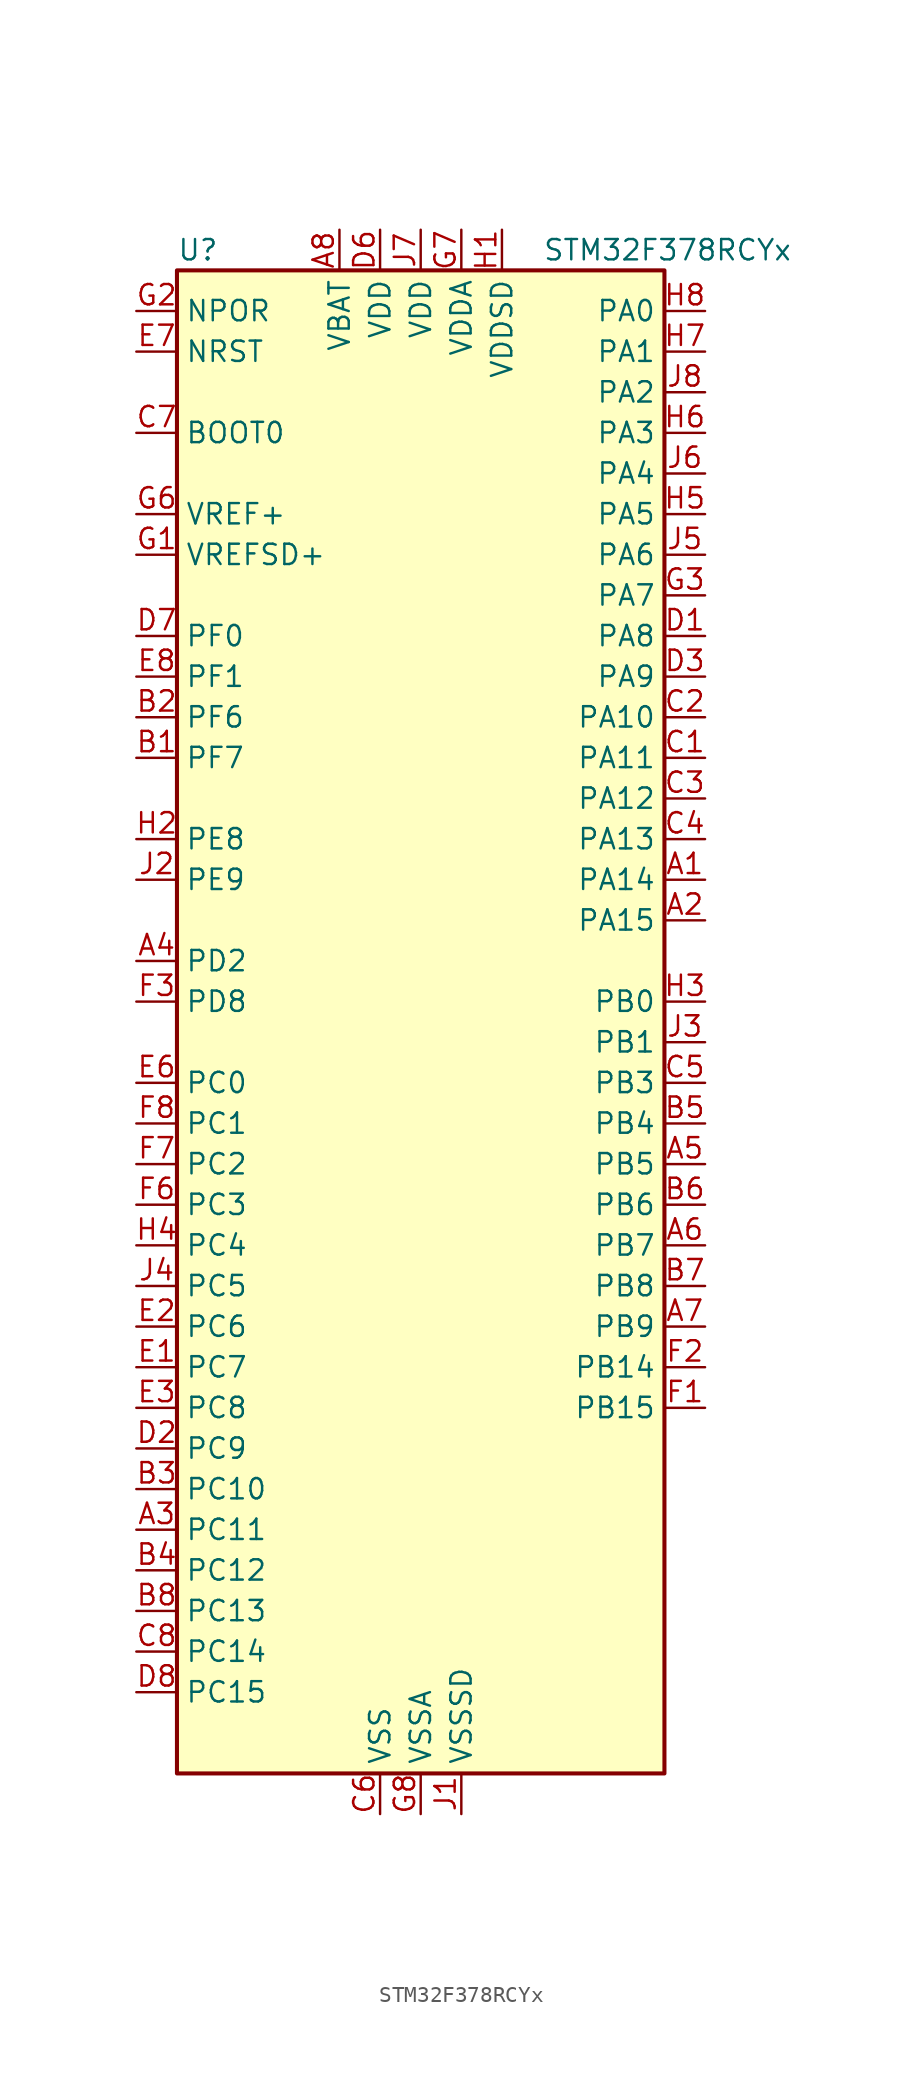
<source format=kicad_sym>
(kicad_symbol_lib
  (version 20231120)
  (generator "kicad_symbol_editor")
  (generator_version "8.0")
  (symbol "STM32F378RCYx"
    (property "Reference" "U"
      (at -15.24 49.53 0)
      (effects (font (size 1.27 1.27)) (justify left)))
    (property "Value" "STM32F378RCYx"
      (at 7.62 49.53 0)
      (effects (font (size 1.27 1.27)) (justify left)))
    (property "ki_locked" ""
      (at 0 0 0)
      (effects (font (size 1.27 1.27))))
    (symbol "STM32F378RCYx_0_1"
      (rectangle (start -15.24 -45.72) (end 15.24 48.26) (stroke (width 0.254) (type default)) (fill (type background))))
    (symbol "STM32F378RCYx_1_1"
      (pin bidirectional line (at 17.78 10.16 180) (length 2.54) (name "PA14" (effects (font (size 1.27 1.27)))) (number "A1" (effects (font (size 1.27 1.27)))) (alternate "I2C1_SDA" bidirectional line) (alternate "SYS_JTCK-SWCLK" bidirectional line) (alternate "TIM12_CH1" bidirectional line) (alternate "TSC_G4_IO4" bidirectional line))
      (pin bidirectional line (at 17.78 7.62 180) (length 2.54) (name "PA15" (effects (font (size 1.27 1.27)))) (number "A2" (effects (font (size 1.27 1.27)))) (alternate "ADC1_EXTI15" bidirectional line) (alternate "I2C1_SCL" bidirectional line) (alternate "I2S1_WS" bidirectional line) (alternate "I2S3_WS" bidirectional line) (alternate "SDADC1_EXTI15" bidirectional line) (alternate "SDADC2_EXTI15" bidirectional line) (alternate "SDADC3_EXTI15" bidirectional line) (alternate "SPI1_NSS" bidirectional line) (alternate "SPI3_NSS" bidirectional line) (alternate "SYS_JTDI" bidirectional line) (alternate "TIM12_CH2" bidirectional line) (alternate "TIM2_CH1" bidirectional line) (alternate "TIM2_ETR" bidirectional line) (alternate "TSC_SYNC" bidirectional line))
      (pin bidirectional line (at -17.78 -30.48 0) (length 2.54) (name "PC11" (effects (font (size 1.27 1.27)))) (number "A3" (effects (font (size 1.27 1.27)))) (alternate "ADC1_EXTI11" bidirectional line) (alternate "I2S3_MCK" bidirectional line) (alternate "SDADC1_EXTI11" bidirectional line) (alternate "SDADC2_EXTI11" bidirectional line) (alternate "SDADC3_EXTI11" bidirectional line) (alternate "SPI3_MISO" bidirectional line) (alternate "TIM19_CH2" bidirectional line) (alternate "USART3_RX" bidirectional line))
      (pin bidirectional line (at -17.78 5.08 0) (length 2.54) (name "PD2" (effects (font (size 1.27 1.27)))) (number "A4" (effects (font (size 1.27 1.27)))) (alternate "TIM3_ETR" bidirectional line))
      (pin bidirectional line (at 17.78 -7.62 180) (length 2.54) (name "PB5" (effects (font (size 1.27 1.27)))) (number "A5" (effects (font (size 1.27 1.27)))) (alternate "I2C1_SMBA" bidirectional line) (alternate "I2S1_SD" bidirectional line) (alternate "I2S3_SD" bidirectional line) (alternate "SPI1_MOSI" bidirectional line) (alternate "SPI3_MOSI" bidirectional line) (alternate "TIM16_BKIN" bidirectional line) (alternate "TIM17_CH1" bidirectional line) (alternate "TIM19_ETR" bidirectional line) (alternate "TIM3_CH2" bidirectional line) (alternate "USART2_CK" bidirectional line))
      (pin bidirectional line (at 17.78 -12.7 180) (length 2.54) (name "PB7" (effects (font (size 1.27 1.27)))) (number "A6" (effects (font (size 1.27 1.27)))) (alternate "I2C1_SDA" bidirectional line) (alternate "TIM15_CH2" bidirectional line) (alternate "TIM17_CH1N" bidirectional line) (alternate "TIM19_CH2" bidirectional line) (alternate "TIM3_CH4" bidirectional line) (alternate "TIM4_CH2" bidirectional line) (alternate "TSC_G5_IO4" bidirectional line) (alternate "USART1_RX" bidirectional line))
      (pin bidirectional line (at 17.78 -17.78 180) (length 2.54) (name "PB9" (effects (font (size 1.27 1.27)))) (number "A7" (effects (font (size 1.27 1.27)))) (alternate "CAN_TX" bidirectional line) (alternate "COMP2_OUT" bidirectional line) (alternate "DAC1_EXTI9" bidirectional line) (alternate "DAC2_EXTI9" bidirectional line) (alternate "I2C1_SDA" bidirectional line) (alternate "I2S2_WS" bidirectional line) (alternate "IR_OUT" bidirectional line) (alternate "SPI2_NSS" bidirectional line) (alternate "TIM17_CH1" bidirectional line) (alternate "TIM19_CH4" bidirectional line) (alternate "TIM4_CH4" bidirectional line) (alternate "USART3_RX" bidirectional line))
      (pin power_in line (at -5.08 50.8 270) (length 2.54) (name "VBAT" (effects (font (size 1.27 1.27)))) (number "A8" (effects (font (size 1.27 1.27)))))
      (pin bidirectional line (at -17.78 17.78 0) (length 2.54) (name "PF7" (effects (font (size 1.27 1.27)))) (number "B1" (effects (font (size 1.27 1.27)))) (alternate "I2C2_SDA" bidirectional line) (alternate "USART2_CK" bidirectional line))
      (pin bidirectional line (at -17.78 20.32 0) (length 2.54) (name "PF6" (effects (font (size 1.27 1.27)))) (number "B2" (effects (font (size 1.27 1.27)))) (alternate "I2C2_SCL" bidirectional line) (alternate "I2S1_SD" bidirectional line) (alternate "SPI1_MOSI" bidirectional line) (alternate "TIM4_CH4" bidirectional line) (alternate "USART3_DE" bidirectional line) (alternate "USART3_RTS" bidirectional line))
      (pin bidirectional line (at -17.78 -27.94 0) (length 2.54) (name "PC10" (effects (font (size 1.27 1.27)))) (number "B3" (effects (font (size 1.27 1.27)))) (alternate "I2S3_CK" bidirectional line) (alternate "SPI3_SCK" bidirectional line) (alternate "TIM19_CH1" bidirectional line) (alternate "USART3_TX" bidirectional line))
      (pin bidirectional line (at -17.78 -33.02 0) (length 2.54) (name "PC12" (effects (font (size 1.27 1.27)))) (number "B4" (effects (font (size 1.27 1.27)))) (alternate "I2S3_SD" bidirectional line) (alternate "SPI3_MOSI" bidirectional line) (alternate "TIM19_CH3" bidirectional line) (alternate "USART3_CK" bidirectional line))
      (pin bidirectional line (at 17.78 -5.08 180) (length 2.54) (name "PB4" (effects (font (size 1.27 1.27)))) (number "B5" (effects (font (size 1.27 1.27)))) (alternate "I2S1_MCK" bidirectional line) (alternate "I2S3_MCK" bidirectional line) (alternate "SPI1_MISO" bidirectional line) (alternate "SPI3_MISO" bidirectional line) (alternate "SYS_NJTRST" bidirectional line) (alternate "TIM15_CH1N" bidirectional line) (alternate "TIM16_CH1" bidirectional line) (alternate "TIM17_BKIN" bidirectional line) (alternate "TIM3_CH1" bidirectional line) (alternate "TSC_G5_IO2" bidirectional line) (alternate "USART2_RX" bidirectional line))
      (pin bidirectional line (at 17.78 -10.16 180) (length 2.54) (name "PB6" (effects (font (size 1.27 1.27)))) (number "B6" (effects (font (size 1.27 1.27)))) (alternate "I2C1_SCL" bidirectional line) (alternate "TIM15_CH1" bidirectional line) (alternate "TIM16_CH1N" bidirectional line) (alternate "TIM19_CH1" bidirectional line) (alternate "TIM3_CH3" bidirectional line) (alternate "TIM4_CH1" bidirectional line) (alternate "TSC_G5_IO3" bidirectional line) (alternate "USART1_TX" bidirectional line))
      (pin bidirectional line (at 17.78 -15.24 180) (length 2.54) (name "PB8" (effects (font (size 1.27 1.27)))) (number "B7" (effects (font (size 1.27 1.27)))) (alternate "CAN_RX" bidirectional line) (alternate "CEC" bidirectional line) (alternate "COMP1_OUT" bidirectional line) (alternate "I2C1_SCL" bidirectional line) (alternate "I2S2_CK" bidirectional line) (alternate "SPI2_SCK" bidirectional line) (alternate "TIM16_CH1" bidirectional line) (alternate "TIM19_CH3" bidirectional line) (alternate "TIM4_CH3" bidirectional line) (alternate "TSC_SYNC" bidirectional line) (alternate "USART3_TX" bidirectional line))
      (pin bidirectional line (at -17.78 -35.56 0) (length 2.54) (name "PC13" (effects (font (size 1.27 1.27)))) (number "B8" (effects (font (size 1.27 1.27)))) (alternate "RTC_OUT_ALARM" bidirectional line) (alternate "RTC_OUT_CALIB" bidirectional line) (alternate "RTC_TAMP1" bidirectional line) (alternate "RTC_TS" bidirectional line) (alternate "SYS_WKUP2" bidirectional line))
      (pin bidirectional line (at 17.78 17.78 180) (length 2.54) (name "PA11" (effects (font (size 1.27 1.27)))) (number "C1" (effects (font (size 1.27 1.27)))) (alternate "ADC1_EXTI11" bidirectional line) (alternate "CAN_RX" bidirectional line) (alternate "COMP1_OUT" bidirectional line) (alternate "I2S1_WS" bidirectional line) (alternate "I2S2_WS" bidirectional line) (alternate "SDADC1_EXTI11" bidirectional line) (alternate "SDADC2_EXTI11" bidirectional line) (alternate "SDADC3_EXTI11" bidirectional line) (alternate "SPI1_NSS" bidirectional line) (alternate "SPI2_NSS" bidirectional line) (alternate "TIM4_CH1" bidirectional line) (alternate "TIM5_CH2" bidirectional line) (alternate "USART1_CTS" bidirectional line))
      (pin bidirectional line (at 17.78 20.32 180) (length 2.54) (name "PA10" (effects (font (size 1.27 1.27)))) (number "C2" (effects (font (size 1.27 1.27)))) (alternate "I2C2_SDA" bidirectional line) (alternate "I2S2_SD" bidirectional line) (alternate "SPI2_MOSI" bidirectional line) (alternate "TIM14_CH1" bidirectional line) (alternate "TIM17_BKIN" bidirectional line) (alternate "TIM2_CH4" bidirectional line) (alternate "TSC_G4_IO2" bidirectional line) (alternate "USART1_RX" bidirectional line))
      (pin bidirectional line (at 17.78 15.24 180) (length 2.54) (name "PA12" (effects (font (size 1.27 1.27)))) (number "C3" (effects (font (size 1.27 1.27)))) (alternate "CAN_TX" bidirectional line) (alternate "COMP2_OUT" bidirectional line) (alternate "I2S1_CK" bidirectional line) (alternate "SPI1_SCK" bidirectional line) (alternate "TIM16_CH1" bidirectional line) (alternate "TIM4_CH2" bidirectional line) (alternate "TIM5_CH3" bidirectional line) (alternate "USART1_DE" bidirectional line) (alternate "USART1_RTS" bidirectional line))
      (pin bidirectional line (at 17.78 12.7 180) (length 2.54) (name "PA13" (effects (font (size 1.27 1.27)))) (number "C4" (effects (font (size 1.27 1.27)))) (alternate "I2S1_MCK" bidirectional line) (alternate "IR_OUT" bidirectional line) (alternate "SPI1_MISO" bidirectional line) (alternate "SYS_JTMS-SWDIO" bidirectional line) (alternate "TIM16_CH1N" bidirectional line) (alternate "TIM4_CH3" bidirectional line) (alternate "TIM5_CH4" bidirectional line) (alternate "TSC_G4_IO3" bidirectional line) (alternate "USART3_CTS" bidirectional line))
      (pin bidirectional line (at 17.78 -2.54 180) (length 2.54) (name "PB3" (effects (font (size 1.27 1.27)))) (number "C5" (effects (font (size 1.27 1.27)))) (alternate "I2S1_CK" bidirectional line) (alternate "I2S3_CK" bidirectional line) (alternate "SPI1_SCK" bidirectional line) (alternate "SPI3_SCK" bidirectional line) (alternate "SYS_JTDO-TRACESWO" bidirectional line) (alternate "TIM13_CH1" bidirectional line) (alternate "TIM2_CH2" bidirectional line) (alternate "TIM3_ETR" bidirectional line) (alternate "TIM4_ETR" bidirectional line) (alternate "TSC_G5_IO1" bidirectional line) (alternate "USART2_TX" bidirectional line))
      (pin power_in line (at -2.54 -48.26 90) (length 2.54) (name "VSS" (effects (font (size 1.27 1.27)))) (number "C6" (effects (font (size 1.27 1.27)))))
      (pin input line (at -17.78 38.1 0) (length 2.54) (name "BOOT0" (effects (font (size 1.27 1.27)))) (number "C7" (effects (font (size 1.27 1.27)))))
      (pin bidirectional line (at -17.78 -38.1 0) (length 2.54) (name "PC14" (effects (font (size 1.27 1.27)))) (number "C8" (effects (font (size 1.27 1.27)))) (alternate "RCC_OSC32_IN" bidirectional line))
      (pin bidirectional line (at 17.78 25.4 180) (length 2.54) (name "PA8" (effects (font (size 1.27 1.27)))) (number "D1" (effects (font (size 1.27 1.27)))) (alternate "I2C2_SMBA" bidirectional line) (alternate "I2S2_CK" bidirectional line) (alternate "RCC_MCO" bidirectional line) (alternate "SPI2_SCK" bidirectional line) (alternate "TIM4_ETR" bidirectional line) (alternate "TIM5_CH1" bidirectional line) (alternate "TIM5_ETR" bidirectional line) (alternate "USART1_CK" bidirectional line))
      (pin bidirectional line (at -17.78 -25.4 0) (length 2.54) (name "PC9" (effects (font (size 1.27 1.27)))) (number "D2" (effects (font (size 1.27 1.27)))) (alternate "DAC1_EXTI9" bidirectional line) (alternate "DAC2_EXTI9" bidirectional line) (alternate "I2S1_SD" bidirectional line) (alternate "SPI1_MOSI" bidirectional line) (alternate "TIM3_CH4" bidirectional line))
      (pin bidirectional line (at 17.78 22.86 180) (length 2.54) (name "PA9" (effects (font (size 1.27 1.27)))) (number "D3" (effects (font (size 1.27 1.27)))) (alternate "DAC1_EXTI9" bidirectional line) (alternate "DAC2_EXTI9" bidirectional line) (alternate "I2C2_SCL" bidirectional line) (alternate "I2S2_MCK" bidirectional line) (alternate "SPI2_MISO" bidirectional line) (alternate "TIM13_CH1" bidirectional line) (alternate "TIM15_BKIN" bidirectional line) (alternate "TIM2_CH3" bidirectional line) (alternate "TSC_G4_IO1" bidirectional line) (alternate "USART1_TX" bidirectional line))
      (pin power_in line (at -2.54 50.8 270) (length 2.54) (name "VDD" (effects (font (size 1.27 1.27)))) (number "D6" (effects (font (size 1.27 1.27)))))
      (pin bidirectional line (at -17.78 25.4 0) (length 2.54) (name "PF0" (effects (font (size 1.27 1.27)))) (number "D7" (effects (font (size 1.27 1.27)))) (alternate "I2C2_SDA" bidirectional line) (alternate "RCC_OSC_IN" bidirectional line))
      (pin bidirectional line (at -17.78 -40.64 0) (length 2.54) (name "PC15" (effects (font (size 1.27 1.27)))) (number "D8" (effects (font (size 1.27 1.27)))) (alternate "ADC1_EXTI15" bidirectional line) (alternate "RCC_OSC32_OUT" bidirectional line) (alternate "SDADC1_EXTI15" bidirectional line) (alternate "SDADC2_EXTI15" bidirectional line) (alternate "SDADC3_EXTI15" bidirectional line))
      (pin bidirectional line (at -17.78 -20.32 0) (length 2.54) (name "PC7" (effects (font (size 1.27 1.27)))) (number "E1" (effects (font (size 1.27 1.27)))) (alternate "I2S1_CK" bidirectional line) (alternate "SPI1_SCK" bidirectional line) (alternate "TIM3_CH2" bidirectional line))
      (pin bidirectional line (at -17.78 -17.78 0) (length 2.54) (name "PC6" (effects (font (size 1.27 1.27)))) (number "E2" (effects (font (size 1.27 1.27)))) (alternate "I2S1_WS" bidirectional line) (alternate "SPI1_NSS" bidirectional line) (alternate "TIM3_CH1" bidirectional line))
      (pin bidirectional line (at -17.78 -22.86 0) (length 2.54) (name "PC8" (effects (font (size 1.27 1.27)))) (number "E3" (effects (font (size 1.27 1.27)))) (alternate "I2S1_MCK" bidirectional line) (alternate "SPI1_MISO" bidirectional line) (alternate "TIM3_CH3" bidirectional line))
      (pin bidirectional line (at -17.78 -2.54 0) (length 2.54) (name "PC0" (effects (font (size 1.27 1.27)))) (number "E6" (effects (font (size 1.27 1.27)))) (alternate "ADC1_IN10" bidirectional line) (alternate "TIM5_CH1" bidirectional line) (alternate "TIM5_ETR" bidirectional line))
      (pin input line (at -17.78 43.18 0) (length 2.54) (name "NRST" (effects (font (size 1.27 1.27)))) (number "E7" (effects (font (size 1.27 1.27)))))
      (pin bidirectional line (at -17.78 22.86 0) (length 2.54) (name "PF1" (effects (font (size 1.27 1.27)))) (number "E8" (effects (font (size 1.27 1.27)))) (alternate "I2C2_SCL" bidirectional line) (alternate "RCC_OSC_OUT" bidirectional line))
      (pin bidirectional line (at 17.78 -22.86 180) (length 2.54) (name "PB15" (effects (font (size 1.27 1.27)))) (number "F1" (effects (font (size 1.27 1.27)))) (alternate "ADC1_EXTI15" bidirectional line) (alternate "I2S2_SD" bidirectional line) (alternate "RTC_REFIN" bidirectional line) (alternate "SDADC1_EXTI15" bidirectional line) (alternate "SDADC2_EXTI15" bidirectional line) (alternate "SDADC3_AIN7P" bidirectional line) (alternate "SDADC3_AIN8M" bidirectional line) (alternate "SDADC3_EXTI15" bidirectional line) (alternate "SPI2_MOSI" bidirectional line) (alternate "TIM12_CH2" bidirectional line) (alternate "TIM15_CH1N" bidirectional line) (alternate "TIM15_CH2" bidirectional line) (alternate "TSC_G6_IO2" bidirectional line))
      (pin bidirectional line (at 17.78 -20.32 180) (length 2.54) (name "PB14" (effects (font (size 1.27 1.27)))) (number "F2" (effects (font (size 1.27 1.27)))) (alternate "I2S2_MCK" bidirectional line) (alternate "SDADC3_AIN8P" bidirectional line) (alternate "SPI2_MISO" bidirectional line) (alternate "TIM12_CH1" bidirectional line) (alternate "TIM15_CH1" bidirectional line) (alternate "TSC_G6_IO1" bidirectional line) (alternate "USART3_DE" bidirectional line) (alternate "USART3_RTS" bidirectional line))
      (pin bidirectional line (at -17.78 2.54 0) (length 2.54) (name "PD8" (effects (font (size 1.27 1.27)))) (number "F3" (effects (font (size 1.27 1.27)))) (alternate "I2S2_CK" bidirectional line) (alternate "SDADC3_AIN6P" bidirectional line) (alternate "SPI2_SCK" bidirectional line) (alternate "TSC_G6_IO3" bidirectional line) (alternate "USART3_TX" bidirectional line))
      (pin bidirectional line (at -17.78 -10.16 0) (length 2.54) (name "PC3" (effects (font (size 1.27 1.27)))) (number "F6" (effects (font (size 1.27 1.27)))) (alternate "ADC1_IN13" bidirectional line) (alternate "I2S2_SD" bidirectional line) (alternate "SPI2_MOSI" bidirectional line) (alternate "TIM5_CH4" bidirectional line))
      (pin bidirectional line (at -17.78 -7.62 0) (length 2.54) (name "PC2" (effects (font (size 1.27 1.27)))) (number "F7" (effects (font (size 1.27 1.27)))) (alternate "ADC1_IN12" bidirectional line) (alternate "I2S2_MCK" bidirectional line) (alternate "SPI2_MISO" bidirectional line) (alternate "TIM5_CH3" bidirectional line))
      (pin bidirectional line (at -17.78 -5.08 0) (length 2.54) (name "PC1" (effects (font (size 1.27 1.27)))) (number "F8" (effects (font (size 1.27 1.27)))) (alternate "ADC1_IN11" bidirectional line) (alternate "TIM5_CH2" bidirectional line))
      (pin input line (at -17.78 30.48 0) (length 2.54) (name "VREFSD+" (effects (font (size 1.27 1.27)))) (number "G1" (effects (font (size 1.27 1.27)))))
      (pin input line (at -17.78 45.72 0) (length 2.54) (name "NPOR" (effects (font (size 1.27 1.27)))) (number "G2" (effects (font (size 1.27 1.27)))))
      (pin bidirectional line (at 17.78 27.94 180) (length 2.54) (name "PA7" (effects (font (size 1.27 1.27)))) (number "G3" (effects (font (size 1.27 1.27)))) (alternate "ADC1_IN7" bidirectional line) (alternate "COMP2_OUT" bidirectional line) (alternate "I2S1_SD" bidirectional line) (alternate "SPI1_MOSI" bidirectional line) (alternate "TIM14_CH1" bidirectional line) (alternate "TIM17_CH1" bidirectional line) (alternate "TIM3_CH2" bidirectional line) (alternate "TSC_G2_IO4" bidirectional line))
      (pin passive line (at -2.54 -48.26 90) (length 2.54) hide (name "VSS" (effects (font (size 1.27 1.27)))) (number "G4" (effects (font (size 1.27 1.27)))))
      (pin passive line (at -2.54 -48.26 90) (length 2.54) hide (name "VSS" (effects (font (size 1.27 1.27)))) (number "G5" (effects (font (size 1.27 1.27)))))
      (pin input line (at -17.78 33.02 0) (length 2.54) (name "VREF+" (effects (font (size 1.27 1.27)))) (number "G6" (effects (font (size 1.27 1.27)))))
      (pin power_in line (at 2.54 50.8 270) (length 2.54) (name "VDDA" (effects (font (size 1.27 1.27)))) (number "G7" (effects (font (size 1.27 1.27)))))
      (pin power_in line (at 0 -48.26 90) (length 2.54) (name "VSSA" (effects (font (size 1.27 1.27)))) (number "G8" (effects (font (size 1.27 1.27)))))
      (pin power_in line (at 5.08 50.8 270) (length 2.54) (name "VDDSD" (effects (font (size 1.27 1.27)))) (number "H1" (effects (font (size 1.27 1.27)))))
      (pin bidirectional line (at -17.78 12.7 0) (length 2.54) (name "PE8" (effects (font (size 1.27 1.27)))) (number "H2" (effects (font (size 1.27 1.27)))) (alternate "SDADC1_AIN8P" bidirectional line) (alternate "SDADC2_AIN8P" bidirectional line))
      (pin bidirectional line (at 17.78 2.54 180) (length 2.54) (name "PB0" (effects (font (size 1.27 1.27)))) (number "H3" (effects (font (size 1.27 1.27)))) (alternate "ADC1_IN8" bidirectional line) (alternate "I2S1_SD" bidirectional line) (alternate "SDADC1_AIN6P" bidirectional line) (alternate "SPI1_MOSI" bidirectional line) (alternate "TIM3_CH2" bidirectional line) (alternate "TIM3_CH3" bidirectional line) (alternate "TSC_G3_IO3" bidirectional line))
      (pin bidirectional line (at -17.78 -12.7 0) (length 2.54) (name "PC4" (effects (font (size 1.27 1.27)))) (number "H4" (effects (font (size 1.27 1.27)))) (alternate "ADC1_IN14" bidirectional line) (alternate "TIM13_CH1" bidirectional line) (alternate "TSC_G3_IO1" bidirectional line) (alternate "USART1_TX" bidirectional line))
      (pin bidirectional line (at 17.78 33.02 180) (length 2.54) (name "PA5" (effects (font (size 1.27 1.27)))) (number "H5" (effects (font (size 1.27 1.27)))) (alternate "ADC1_IN5" bidirectional line) (alternate "CEC" bidirectional line) (alternate "DAC1_OUT2" bidirectional line) (alternate "I2S1_CK" bidirectional line) (alternate "SPI1_SCK" bidirectional line) (alternate "TIM12_CH2" bidirectional line) (alternate "TIM14_CH1" bidirectional line) (alternate "TIM2_CH1" bidirectional line) (alternate "TIM2_ETR" bidirectional line) (alternate "TSC_G2_IO2" bidirectional line))
      (pin bidirectional line (at 17.78 38.1 180) (length 2.54) (name "PA3" (effects (font (size 1.27 1.27)))) (number "H6" (effects (font (size 1.27 1.27)))) (alternate "ADC1_IN3" bidirectional line) (alternate "COMP2_INP" bidirectional line) (alternate "I2S3_SD" bidirectional line) (alternate "SPI3_MOSI" bidirectional line) (alternate "TIM15_CH2" bidirectional line) (alternate "TIM19_CH4" bidirectional line) (alternate "TIM2_CH4" bidirectional line) (alternate "TIM5_CH4" bidirectional line) (alternate "TSC_G1_IO4" bidirectional line) (alternate "USART2_RX" bidirectional line))
      (pin bidirectional line (at 17.78 43.18 180) (length 2.54) (name "PA1" (effects (font (size 1.27 1.27)))) (number "H7" (effects (font (size 1.27 1.27)))) (alternate "ADC1_IN1" bidirectional line) (alternate "COMP1_INP" bidirectional line) (alternate "I2S3_CK" bidirectional line) (alternate "RTC_REFIN" bidirectional line) (alternate "SPI3_SCK" bidirectional line) (alternate "TIM15_CH1N" bidirectional line) (alternate "TIM19_CH2" bidirectional line) (alternate "TIM2_CH2" bidirectional line) (alternate "TIM5_CH2" bidirectional line) (alternate "TSC_G1_IO2" bidirectional line) (alternate "USART2_DE" bidirectional line) (alternate "USART2_RTS" bidirectional line))
      (pin bidirectional line (at 17.78 45.72 180) (length 2.54) (name "PA0" (effects (font (size 1.27 1.27)))) (number "H8" (effects (font (size 1.27 1.27)))) (alternate "ADC1_IN0" bidirectional line) (alternate "COMP1_INM" bidirectional line) (alternate "COMP1_OUT" bidirectional line) (alternate "RTC_TAMP2" bidirectional line) (alternate "SYS_WKUP1" bidirectional line) (alternate "TIM19_CH1" bidirectional line) (alternate "TIM2_CH1" bidirectional line) (alternate "TIM2_ETR" bidirectional line) (alternate "TIM5_CH1" bidirectional line) (alternate "TIM5_ETR" bidirectional line) (alternate "TSC_G1_IO1" bidirectional line) (alternate "USART2_CTS" bidirectional line))
      (pin power_in line (at 2.54 -48.26 90) (length 2.54) (name "VSSSD" (effects (font (size 1.27 1.27)))) (number "J1" (effects (font (size 1.27 1.27)))))
      (pin bidirectional line (at -17.78 10.16 0) (length 2.54) (name "PE9" (effects (font (size 1.27 1.27)))) (number "J2" (effects (font (size 1.27 1.27)))) (alternate "DAC1_EXTI9" bidirectional line) (alternate "DAC2_EXTI9" bidirectional line) (alternate "SDADC1_AIN7P" bidirectional line) (alternate "SDADC1_AIN8M" bidirectional line) (alternate "SDADC2_AIN7P" bidirectional line) (alternate "SDADC2_AIN8M" bidirectional line))
      (pin bidirectional line (at 17.78 0 180) (length 2.54) (name "PB1" (effects (font (size 1.27 1.27)))) (number "J3" (effects (font (size 1.27 1.27)))) (alternate "ADC1_IN9" bidirectional line) (alternate "SDADC1_AIN5P" bidirectional line) (alternate "SDADC1_AIN6M" bidirectional line) (alternate "TIM3_CH4" bidirectional line) (alternate "TSC_G3_IO4" bidirectional line))
      (pin bidirectional line (at -17.78 -15.24 0) (length 2.54) (name "PC5" (effects (font (size 1.27 1.27)))) (number "J4" (effects (font (size 1.27 1.27)))) (alternate "ADC1_IN15" bidirectional line) (alternate "TSC_G3_IO2" bidirectional line) (alternate "USART1_RX" bidirectional line))
      (pin bidirectional line (at 17.78 30.48 180) (length 2.54) (name "PA6" (effects (font (size 1.27 1.27)))) (number "J5" (effects (font (size 1.27 1.27)))) (alternate "ADC1_IN6" bidirectional line) (alternate "COMP1_OUT" bidirectional line) (alternate "DAC2_OUT1" bidirectional line) (alternate "I2S1_MCK" bidirectional line) (alternate "SPI1_MISO" bidirectional line) (alternate "TIM13_CH1" bidirectional line) (alternate "TIM16_CH1" bidirectional line) (alternate "TIM3_CH1" bidirectional line) (alternate "TSC_G2_IO3" bidirectional line))
      (pin bidirectional line (at 17.78 35.56 180) (length 2.54) (name "PA4" (effects (font (size 1.27 1.27)))) (number "J6" (effects (font (size 1.27 1.27)))) (alternate "ADC1_IN4" bidirectional line) (alternate "DAC1_OUT1" bidirectional line) (alternate "I2S1_WS" bidirectional line) (alternate "I2S3_WS" bidirectional line) (alternate "SPI1_NSS" bidirectional line) (alternate "SPI3_NSS" bidirectional line) (alternate "TIM12_CH1" bidirectional line) (alternate "TIM3_CH2" bidirectional line) (alternate "TSC_G2_IO1" bidirectional line) (alternate "USART2_CK" bidirectional line))
      (pin power_in line (at 0 50.8 270) (length 2.54) (name "VDD" (effects (font (size 1.27 1.27)))) (number "J7" (effects (font (size 1.27 1.27)))))
      (pin bidirectional line (at 17.78 40.64 180) (length 2.54) (name "PA2" (effects (font (size 1.27 1.27)))) (number "J8" (effects (font (size 1.27 1.27)))) (alternate "ADC1_IN2" bidirectional line) (alternate "COMP2_INM" bidirectional line) (alternate "COMP2_OUT" bidirectional line) (alternate "I2S3_MCK" bidirectional line) (alternate "SPI3_MISO" bidirectional line) (alternate "TIM15_CH1" bidirectional line) (alternate "TIM19_CH3" bidirectional line) (alternate "TIM2_CH3" bidirectional line) (alternate "TIM5_CH3" bidirectional line) (alternate "TSC_G1_IO3" bidirectional line) (alternate "USART2_TX" bidirectional line)))))
</source>
